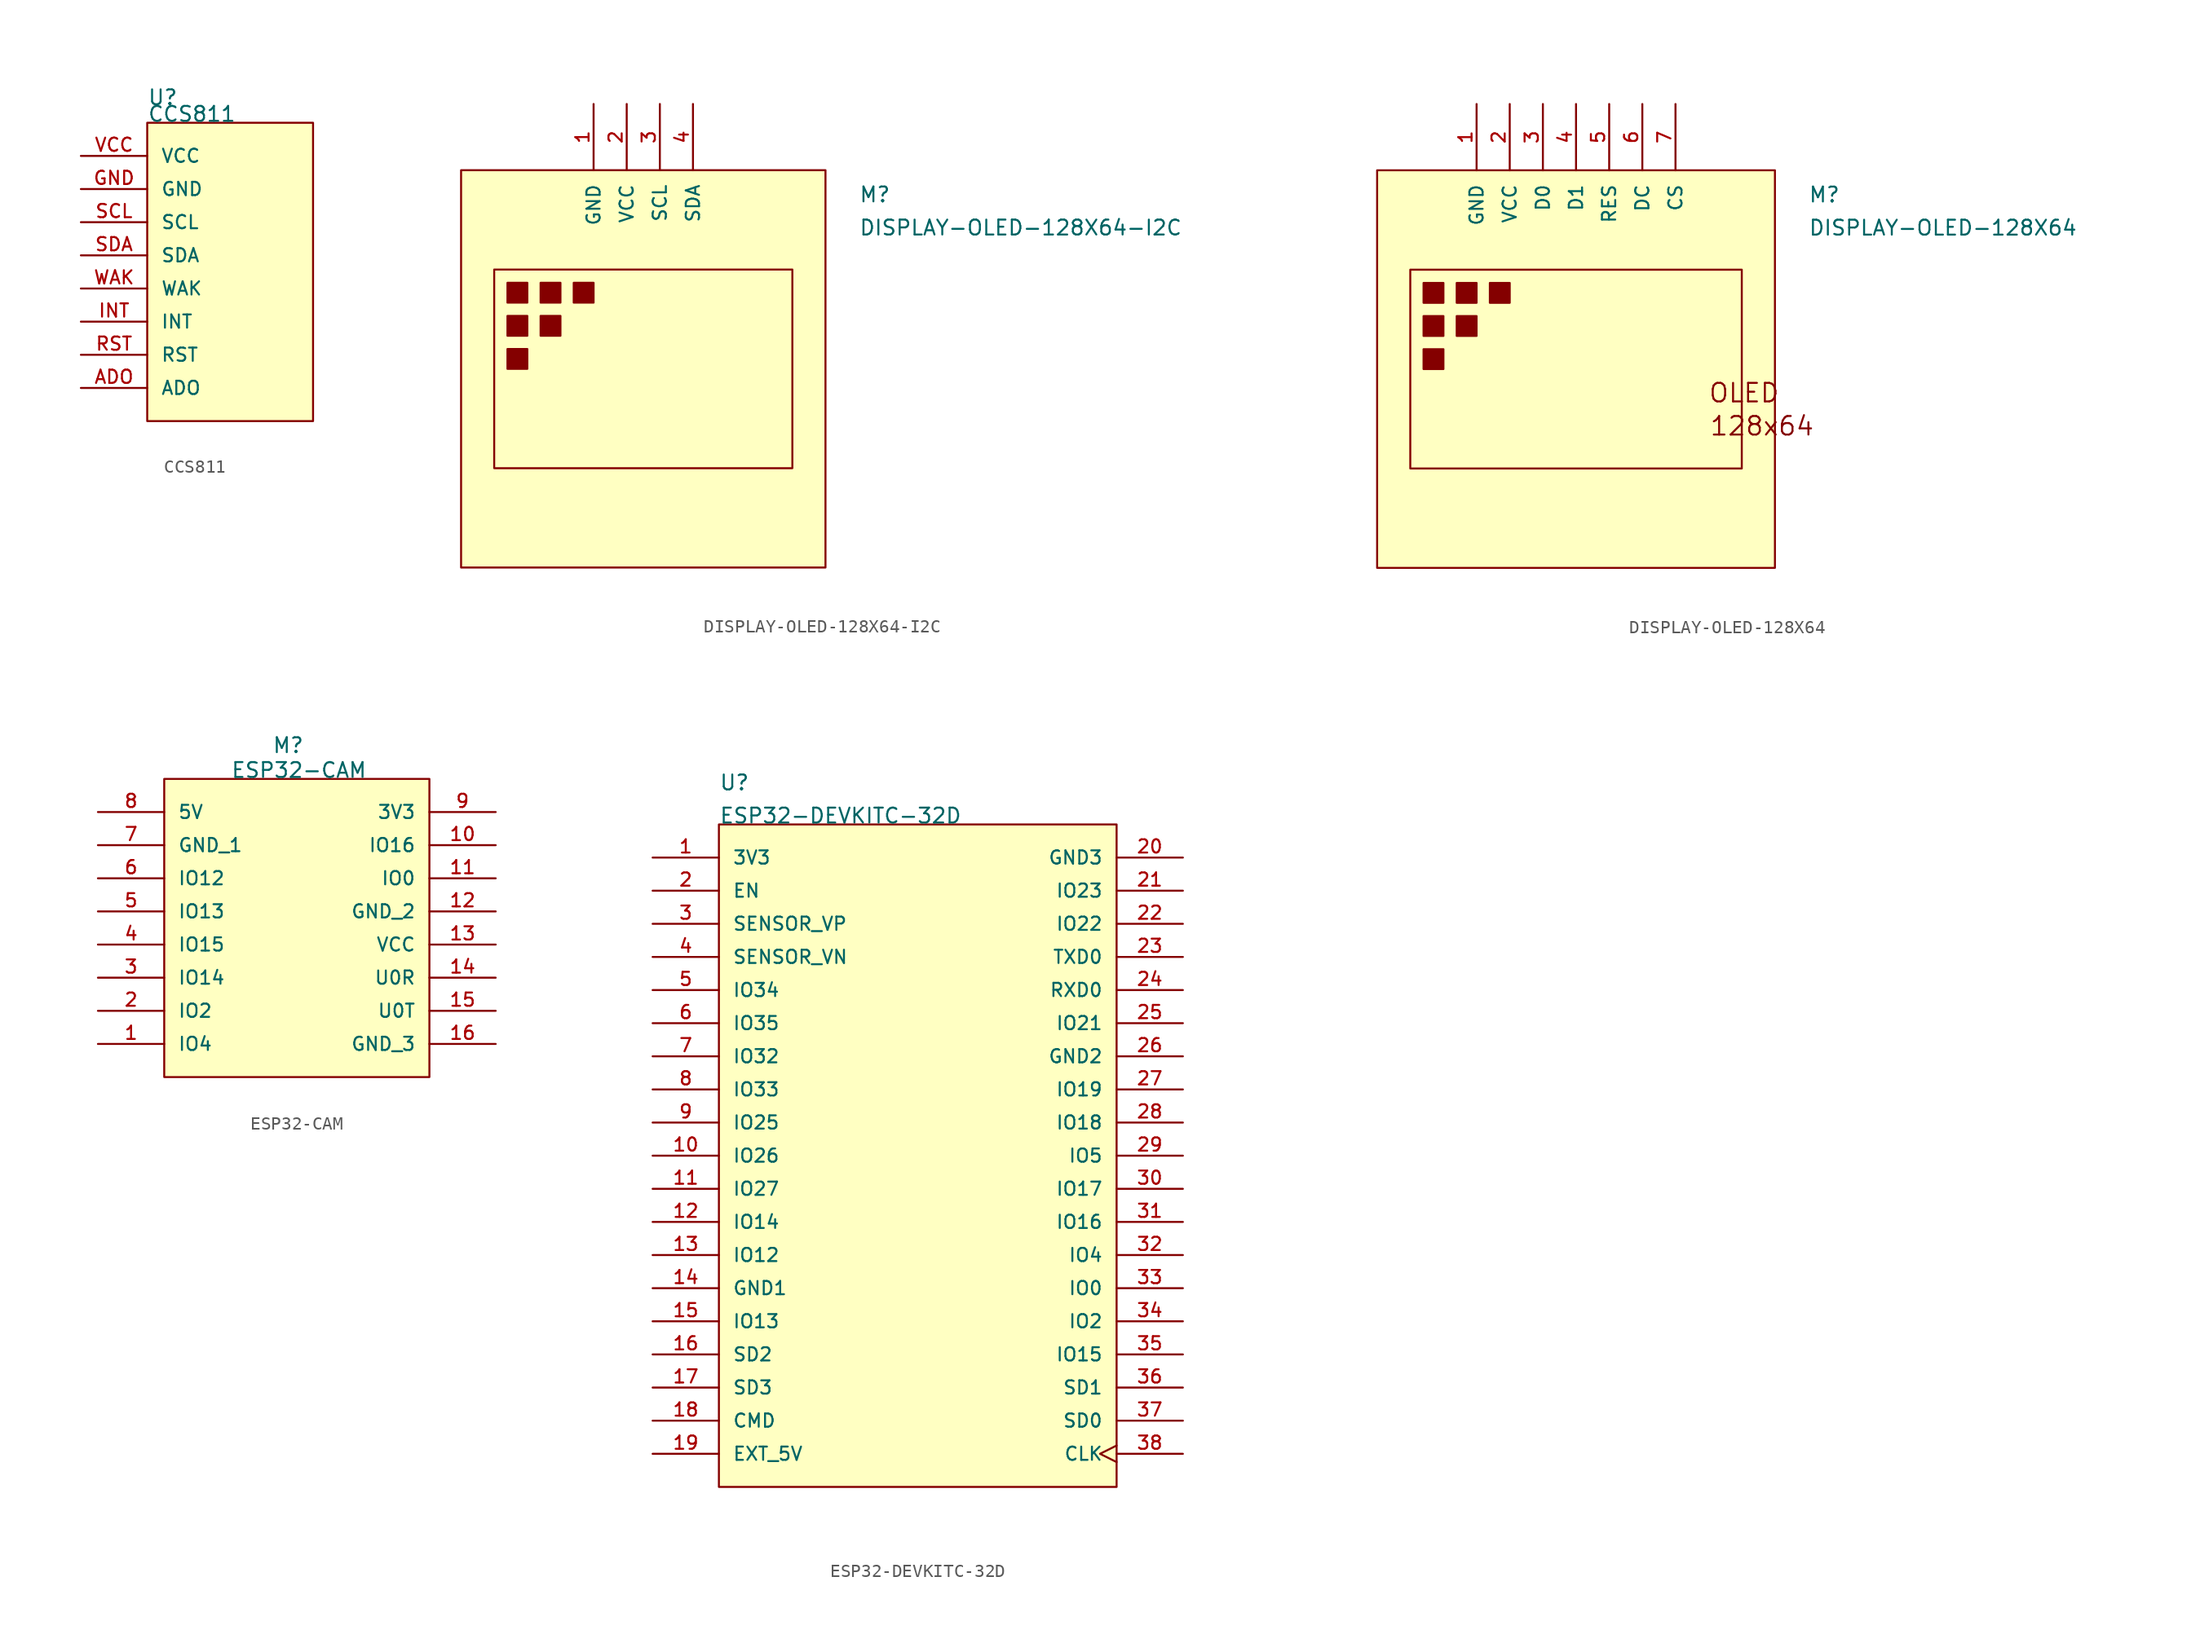
<source format=kicad_sym>
(kicad_symbol_lib
  (version 20211014)
  (generator kicad_symbol_editor)
  (symbol "CCS811"
    (pin_names
      (offset 1.016))
    (property "Reference" "U"
      (at 0 11.43 0)
      (effects (font (size 1.143 1.143)) (justify left bottom)))
    (property "Value" "CCS811"
      (at 0 10.16 0)
      (effects (font (size 1.143 1.143)) (justify left bottom)))
    (property "ki_locked" ""
      (at 0 0 0)
      (effects (font (size 1.27 1.27))))
    (symbol "CCS811_1_1"
      (rectangle (start 0 10.16) (end 12.7 -12.7) (stroke (width 0) (type default) (color 0 0 0 0)) (fill (type background)))
      (pin bidirectional line (at -5.08 -10.16 0) (length 5.08) (name "ADO" (effects (font (size 1.016 1.016)))) (number "ADO" (effects (font (size 1.016 1.016)))))
      (pin bidirectional line (at -5.08 5.08 0) (length 5.08) (name "GND" (effects (font (size 1.016 1.016)))) (number "GND" (effects (font (size 1.016 1.016)))))
      (pin bidirectional line (at -5.08 -5.08 0) (length 5.08) (name "INT" (effects (font (size 1.016 1.016)))) (number "INT" (effects (font (size 1.016 1.016)))))
      (pin bidirectional line (at -5.08 -7.62 0) (length 5.08) (name "RST" (effects (font (size 1.016 1.016)))) (number "RST" (effects (font (size 1.016 1.016)))))
      (pin bidirectional line (at -5.08 2.54 0) (length 5.08) (name "SCL" (effects (font (size 1.016 1.016)))) (number "SCL" (effects (font (size 1.016 1.016)))))
      (pin bidirectional line (at -5.08 0 0) (length 5.08) (name "SDA" (effects (font (size 1.016 1.016)))) (number "SDA" (effects (font (size 1.016 1.016)))))
      (pin bidirectional line (at -5.08 7.62 0) (length 5.08) (name "VCC" (effects (font (size 1.016 1.016)))) (number "VCC" (effects (font (size 1.016 1.016)))))
      (pin bidirectional line (at -5.08 -2.54 0) (length 5.08) (name "WAK" (effects (font (size 1.016 1.016)))) (number "WAK" (effects (font (size 1.016 1.016)))))))
  (symbol "DISPLAY-OLED-128X64-I2C"
    (pin_names
      (offset 1.016))
    (property "Reference" "M"
      (at 15.24 12.7 0)
      (effects (font (size 1.143 1.143)) (justify left bottom)))
    (property "Value" "DISPLAY-OLED-128X64-I2C"
      (at 15.24 10.16 0)
      (effects (font (size 1.143 1.143)) (justify left bottom)))
    (property "ki_locked" ""
      (at 0 0 0)
      (effects (font (size 1.27 1.27))))
    (symbol "DISPLAY-OLED-128X64-I2C_1_0"
      (rectangle (start -15.24 15.24) (end 12.7 -15.24) (stroke (width 0) (type default) (color 0 0 0 0)) (fill (type background)))
      (rectangle (start 10.16 -7.62) (end -12.7 7.62) (stroke (width 0) (type default) (color 0 0 0 0)) (fill (type none))))
    (symbol "DISPLAY-OLED-128X64-I2C_1_1"
      (rectangle (start -11.684 0) (end -10.16 1.524) (stroke (width 0) (type default) (color 0 0 0 0)) (fill (type outline)))
      (rectangle (start -11.684 2.54) (end -10.16 4.064) (stroke (width 0) (type default) (color 0 0 0 0)) (fill (type outline)))
      (rectangle (start -11.684 5.08) (end -10.16 6.604) (stroke (width 0) (type default) (color 0 0 0 0)) (fill (type outline)))
      (rectangle (start -9.144 2.54) (end -7.62 4.064) (stroke (width 0) (type default) (color 0 0 0 0)) (fill (type outline)))
      (rectangle (start -9.144 5.08) (end -7.62 6.604) (stroke (width 0) (type default) (color 0 0 0 0)) (fill (type outline)))
      (rectangle (start -6.604 5.08) (end -5.08 6.604) (stroke (width 0) (type default) (color 0 0 0 0)) (fill (type outline)))
      (pin power_in line (at -5.08 20.32 270) (length 5.08) (name "GND" (effects (font (size 1.016 1.016)))) (number "1" (effects (font (size 1.016 1.016)))))
      (pin power_in line (at -2.54 20.32 270) (length 5.08) (name "VCC" (effects (font (size 1.016 1.016)))) (number "2" (effects (font (size 1.016 1.016)))))
      (pin bidirectional line (at 0 20.32 270) (length 5.08) (name "SCL" (effects (font (size 1.016 1.016)))) (number "3" (effects (font (size 1.016 1.016)))))
      (pin bidirectional line (at 2.54 20.32 270) (length 5.08) (name "SDA" (effects (font (size 1.016 1.016)))) (number "4" (effects (font (size 1.016 1.016)))))))
  (symbol "DISPLAY-OLED-128X64"
    (pin_names
      (offset 1.016))
    (property "Reference" "M"
      (at 17.78 12.7 0)
      (effects (font (size 1.143 1.143)) (justify left bottom)))
    (property "Value" "DISPLAY-OLED-128X64"
      (at 17.78 10.16 0)
      (effects (font (size 1.143 1.143)) (justify left bottom)))
    (property "ki_locked" ""
      (at 0 0 0)
      (effects (font (size 1.27 1.27))))
    (symbol "DISPLAY-OLED-128X64_1_0"
      (rectangle (start 12.7 -7.62) (end -12.7 7.62) (stroke (width 0) (type default) (color 0 0 0 0)) (fill (type none)))
      (rectangle (start 15.24 -15.24) (end -15.24 15.24) (stroke (width 0) (type default) (color 0 0 0 0)) (fill (type background)))
      (text "128x64" (at 14.249 -4.369 0) (effects (font (size 1.422 1.422))))
      (text "OLED" (at 12.878 -1.829 0) (effects (font (size 1.422 1.422)))))
    (symbol "DISPLAY-OLED-128X64_1_1"
      (rectangle (start -11.684 0) (end -10.16 1.524) (stroke (width 0) (type default) (color 0 0 0 0)) (fill (type outline)))
      (rectangle (start -11.684 2.54) (end -10.16 4.064) (stroke (width 0) (type default) (color 0 0 0 0)) (fill (type outline)))
      (rectangle (start -11.684 5.08) (end -10.16 6.604) (stroke (width 0) (type default) (color 0 0 0 0)) (fill (type outline)))
      (rectangle (start -9.144 2.54) (end -7.62 4.064) (stroke (width 0) (type default) (color 0 0 0 0)) (fill (type outline)))
      (rectangle (start -9.144 5.08) (end -7.62 6.604) (stroke (width 0) (type default) (color 0 0 0 0)) (fill (type outline)))
      (rectangle (start -6.604 5.08) (end -5.08 6.604) (stroke (width 0) (type default) (color 0 0 0 0)) (fill (type outline)))
      (pin power_in line (at -7.62 20.32 270) (length 5.08) (name "GND" (effects (font (size 1.016 1.016)))) (number "1" (effects (font (size 1.016 1.016)))))
      (pin power_in line (at -5.08 20.32 270) (length 5.08) (name "VCC" (effects (font (size 1.016 1.016)))) (number "2" (effects (font (size 1.016 1.016)))))
      (pin bidirectional line (at -2.54 20.32 270) (length 5.08) (name "D0" (effects (font (size 1.016 1.016)))) (number "3" (effects (font (size 1.016 1.016)))))
      (pin bidirectional line (at 0 20.32 270) (length 5.08) (name "D1" (effects (font (size 1.016 1.016)))) (number "4" (effects (font (size 1.016 1.016)))))
      (pin bidirectional line (at 2.54 20.32 270) (length 5.08) (name "RES" (effects (font (size 1.016 1.016)))) (number "5" (effects (font (size 1.016 1.016)))))
      (pin bidirectional line (at 5.08 20.32 270) (length 5.08) (name "DC" (effects (font (size 1.016 1.016)))) (number "6" (effects (font (size 1.016 1.016)))))
      (pin bidirectional line (at 7.62 20.32 270) (length 5.08) (name "CS" (effects (font (size 1.016 1.016)))) (number "7" (effects (font (size 1.016 1.016)))))))
  (symbol "ESP32-CAM"
    (pin_names
      (offset 1.016))
    (property "Reference" "M"
      (at -1.905 13.335 0)
      (effects (font (size 1.143 1.143)) (justify left bottom)))
    (property "Value" "ESP32-CAM"
      (at -5.08 11.43 0)
      (effects (font (size 1.143 1.143)) (justify left bottom)))
    (property "ki_locked" ""
      (at 0 0 0)
      (effects (font (size 1.27 1.27))))
    (symbol "ESP32-CAM_1_1"
      (rectangle (start -10.16 11.43) (end 10.16 -11.43) (stroke (width 0) (type default) (color 0 0 0 0)) (fill (type background)))
      (pin bidirectional line (at -15.24 -8.89 0) (length 5.08) (name "IO4" (effects (font (size 1.016 1.016)))) (number "1" (effects (font (size 1.016 1.016)))))
      (pin bidirectional line (at 15.24 6.35 180) (length 5.08) (name "IO16" (effects (font (size 1.016 1.016)))) (number "10" (effects (font (size 1.016 1.016)))))
      (pin bidirectional line (at 15.24 3.81 180) (length 5.08) (name "IO0" (effects (font (size 1.016 1.016)))) (number "11" (effects (font (size 1.016 1.016)))))
      (pin bidirectional line (at 15.24 1.27 180) (length 5.08) (name "GND_2" (effects (font (size 1.016 1.016)))) (number "12" (effects (font (size 1.016 1.016)))))
      (pin bidirectional line (at 15.24 -1.27 180) (length 5.08) (name "VCC" (effects (font (size 1.016 1.016)))) (number "13" (effects (font (size 1.016 1.016)))))
      (pin bidirectional line (at 15.24 -3.81 180) (length 5.08) (name "U0R" (effects (font (size 1.016 1.016)))) (number "14" (effects (font (size 1.016 1.016)))))
      (pin bidirectional line (at 15.24 -6.35 180) (length 5.08) (name "U0T" (effects (font (size 1.016 1.016)))) (number "15" (effects (font (size 1.016 1.016)))))
      (pin bidirectional line (at 15.24 -8.89 180) (length 5.08) (name "GND_3" (effects (font (size 1.016 1.016)))) (number "16" (effects (font (size 1.016 1.016)))))
      (pin bidirectional line (at -15.24 -6.35 0) (length 5.08) (name "IO2" (effects (font (size 1.016 1.016)))) (number "2" (effects (font (size 1.016 1.016)))))
      (pin bidirectional line (at -15.24 -3.81 0) (length 5.08) (name "IO14" (effects (font (size 1.016 1.016)))) (number "3" (effects (font (size 1.016 1.016)))))
      (pin bidirectional line (at -15.24 -1.27 0) (length 5.08) (name "IO15" (effects (font (size 1.016 1.016)))) (number "4" (effects (font (size 1.016 1.016)))))
      (pin bidirectional line (at -15.24 1.27 0) (length 5.08) (name "IO13" (effects (font (size 1.016 1.016)))) (number "5" (effects (font (size 1.016 1.016)))))
      (pin bidirectional line (at -15.24 3.81 0) (length 5.08) (name "IO12" (effects (font (size 1.016 1.016)))) (number "6" (effects (font (size 1.016 1.016)))))
      (pin bidirectional line (at -15.24 6.35 0) (length 5.08) (name "GND_1" (effects (font (size 1.016 1.016)))) (number "7" (effects (font (size 1.016 1.016)))))
      (pin bidirectional line (at -15.24 8.89 0) (length 5.08) (name "5V" (effects (font (size 1.016 1.016)))) (number "8" (effects (font (size 1.016 1.016)))))
      (pin bidirectional line (at 15.24 8.89 180) (length 5.08) (name "3V3" (effects (font (size 1.016 1.016)))) (number "9" (effects (font (size 1.016 1.016)))))))
  (symbol "ESP32-DEVKITC-32D"
    (pin_names
      (offset 1.016))
    (property "Reference" "U"
      (at -15.24 27.94 0)
      (effects (font (size 1.143 1.143)) (justify left bottom)))
    (property "Value" "ESP32-DEVKITC-32D"
      (at -15.24 25.4 0)
      (effects (font (size 1.143 1.143)) (justify left bottom)))
    (property "ki_locked" ""
      (at 0 0 0)
      (effects (font (size 1.27 1.27))))
    (symbol "ESP32-DEVKITC-32D_1_1"
      (rectangle (start -15.24 25.4) (end 15.24 -25.4) (stroke (width 0) (type default) (color 0 0 0 0)) (fill (type background)))
      (pin power_in line (at -20.32 22.86 0) (length 5.08) (name "3V3" (effects (font (size 1.016 1.016)))) (number "1" (effects (font (size 1.016 1.016)))))
      (pin bidirectional line (at -20.32 0 0) (length 5.08) (name "IO26" (effects (font (size 1.016 1.016)))) (number "10" (effects (font (size 1.016 1.016)))))
      (pin bidirectional line (at -20.32 -2.54 0) (length 5.08) (name "IO27" (effects (font (size 1.016 1.016)))) (number "11" (effects (font (size 1.016 1.016)))))
      (pin bidirectional line (at -20.32 -5.08 0) (length 5.08) (name "IO14" (effects (font (size 1.016 1.016)))) (number "12" (effects (font (size 1.016 1.016)))))
      (pin bidirectional line (at -20.32 -7.62 0) (length 5.08) (name "IO12" (effects (font (size 1.016 1.016)))) (number "13" (effects (font (size 1.016 1.016)))))
      (pin power_in line (at -20.32 -10.16 0) (length 5.08) (name "GND1" (effects (font (size 1.016 1.016)))) (number "14" (effects (font (size 1.016 1.016)))))
      (pin bidirectional line (at -20.32 -12.7 0) (length 5.08) (name "IO13" (effects (font (size 1.016 1.016)))) (number "15" (effects (font (size 1.016 1.016)))))
      (pin bidirectional line (at -20.32 -15.24 0) (length 5.08) (name "SD2" (effects (font (size 1.016 1.016)))) (number "16" (effects (font (size 1.016 1.016)))))
      (pin bidirectional line (at -20.32 -17.78 0) (length 5.08) (name "SD3" (effects (font (size 1.016 1.016)))) (number "17" (effects (font (size 1.016 1.016)))))
      (pin bidirectional line (at -20.32 -20.32 0) (length 5.08) (name "CMD" (effects (font (size 1.016 1.016)))) (number "18" (effects (font (size 1.016 1.016)))))
      (pin power_in line (at -20.32 -22.86 0) (length 5.08) (name "EXT_5V" (effects (font (size 1.016 1.016)))) (number "19" (effects (font (size 1.016 1.016)))))
      (pin input line (at -20.32 20.32 0) (length 5.08) (name "EN" (effects (font (size 1.016 1.016)))) (number "2" (effects (font (size 1.016 1.016)))))
      (pin power_in line (at 20.32 22.86 180) (length 5.08) (name "GND3" (effects (font (size 1.016 1.016)))) (number "20" (effects (font (size 1.016 1.016)))))
      (pin bidirectional line (at 20.32 20.32 180) (length 5.08) (name "IO23" (effects (font (size 1.016 1.016)))) (number "21" (effects (font (size 1.016 1.016)))))
      (pin bidirectional line (at 20.32 17.78 180) (length 5.08) (name "IO22" (effects (font (size 1.016 1.016)))) (number "22" (effects (font (size 1.016 1.016)))))
      (pin output line (at 20.32 15.24 180) (length 5.08) (name "TXD0" (effects (font (size 1.016 1.016)))) (number "23" (effects (font (size 1.016 1.016)))))
      (pin input line (at 20.32 12.7 180) (length 5.08) (name "RXD0" (effects (font (size 1.016 1.016)))) (number "24" (effects (font (size 1.016 1.016)))))
      (pin bidirectional line (at 20.32 10.16 180) (length 5.08) (name "IO21" (effects (font (size 1.016 1.016)))) (number "25" (effects (font (size 1.016 1.016)))))
      (pin power_in line (at 20.32 7.62 180) (length 5.08) (name "GND2" (effects (font (size 1.016 1.016)))) (number "26" (effects (font (size 1.016 1.016)))))
      (pin bidirectional line (at 20.32 5.08 180) (length 5.08) (name "IO19" (effects (font (size 1.016 1.016)))) (number "27" (effects (font (size 1.016 1.016)))))
      (pin bidirectional line (at 20.32 2.54 180) (length 5.08) (name "IO18" (effects (font (size 1.016 1.016)))) (number "28" (effects (font (size 1.016 1.016)))))
      (pin bidirectional line (at 20.32 0 180) (length 5.08) (name "IO5" (effects (font (size 1.016 1.016)))) (number "29" (effects (font (size 1.016 1.016)))))
      (pin input line (at -20.32 17.78 0) (length 5.08) (name "SENSOR_VP" (effects (font (size 1.016 1.016)))) (number "3" (effects (font (size 1.016 1.016)))))
      (pin bidirectional line (at 20.32 -2.54 180) (length 5.08) (name "IO17" (effects (font (size 1.016 1.016)))) (number "30" (effects (font (size 1.016 1.016)))))
      (pin bidirectional line (at 20.32 -5.08 180) (length 5.08) (name "IO16" (effects (font (size 1.016 1.016)))) (number "31" (effects (font (size 1.016 1.016)))))
      (pin bidirectional line (at 20.32 -7.62 180) (length 5.08) (name "IO4" (effects (font (size 1.016 1.016)))) (number "32" (effects (font (size 1.016 1.016)))))
      (pin bidirectional line (at 20.32 -10.16 180) (length 5.08) (name "IO0" (effects (font (size 1.016 1.016)))) (number "33" (effects (font (size 1.016 1.016)))))
      (pin bidirectional line (at 20.32 -12.7 180) (length 5.08) (name "IO2" (effects (font (size 1.016 1.016)))) (number "34" (effects (font (size 1.016 1.016)))))
      (pin bidirectional line (at 20.32 -15.24 180) (length 5.08) (name "IO15" (effects (font (size 1.016 1.016)))) (number "35" (effects (font (size 1.016 1.016)))))
      (pin bidirectional line (at 20.32 -17.78 180) (length 5.08) (name "SD1" (effects (font (size 1.016 1.016)))) (number "36" (effects (font (size 1.016 1.016)))))
      (pin bidirectional line (at 20.32 -20.32 180) (length 5.08) (name "SD0" (effects (font (size 1.016 1.016)))) (number "37" (effects (font (size 1.016 1.016)))))
      (pin input clock (at 20.32 -22.86 180) (length 5.08) (name "CLK" (effects (font (size 1.016 1.016)))) (number "38" (effects (font (size 1.016 1.016)))))
      (pin input line (at -20.32 15.24 0) (length 5.08) (name "SENSOR_VN" (effects (font (size 1.016 1.016)))) (number "4" (effects (font (size 1.016 1.016)))))
      (pin bidirectional line (at -20.32 12.7 0) (length 5.08) (name "IO34" (effects (font (size 1.016 1.016)))) (number "5" (effects (font (size 1.016 1.016)))))
      (pin bidirectional line (at -20.32 10.16 0) (length 5.08) (name "IO35" (effects (font (size 1.016 1.016)))) (number "6" (effects (font (size 1.016 1.016)))))
      (pin bidirectional line (at -20.32 7.62 0) (length 5.08) (name "IO32" (effects (font (size 1.016 1.016)))) (number "7" (effects (font (size 1.016 1.016)))))
      (pin bidirectional line (at -20.32 5.08 0) (length 5.08) (name "IO33" (effects (font (size 1.016 1.016)))) (number "8" (effects (font (size 1.016 1.016)))))
      (pin bidirectional line (at -20.32 2.54 0) (length 5.08) (name "IO25" (effects (font (size 1.016 1.016)))) (number "9" (effects (font (size 1.016 1.016))))))))
</source>
